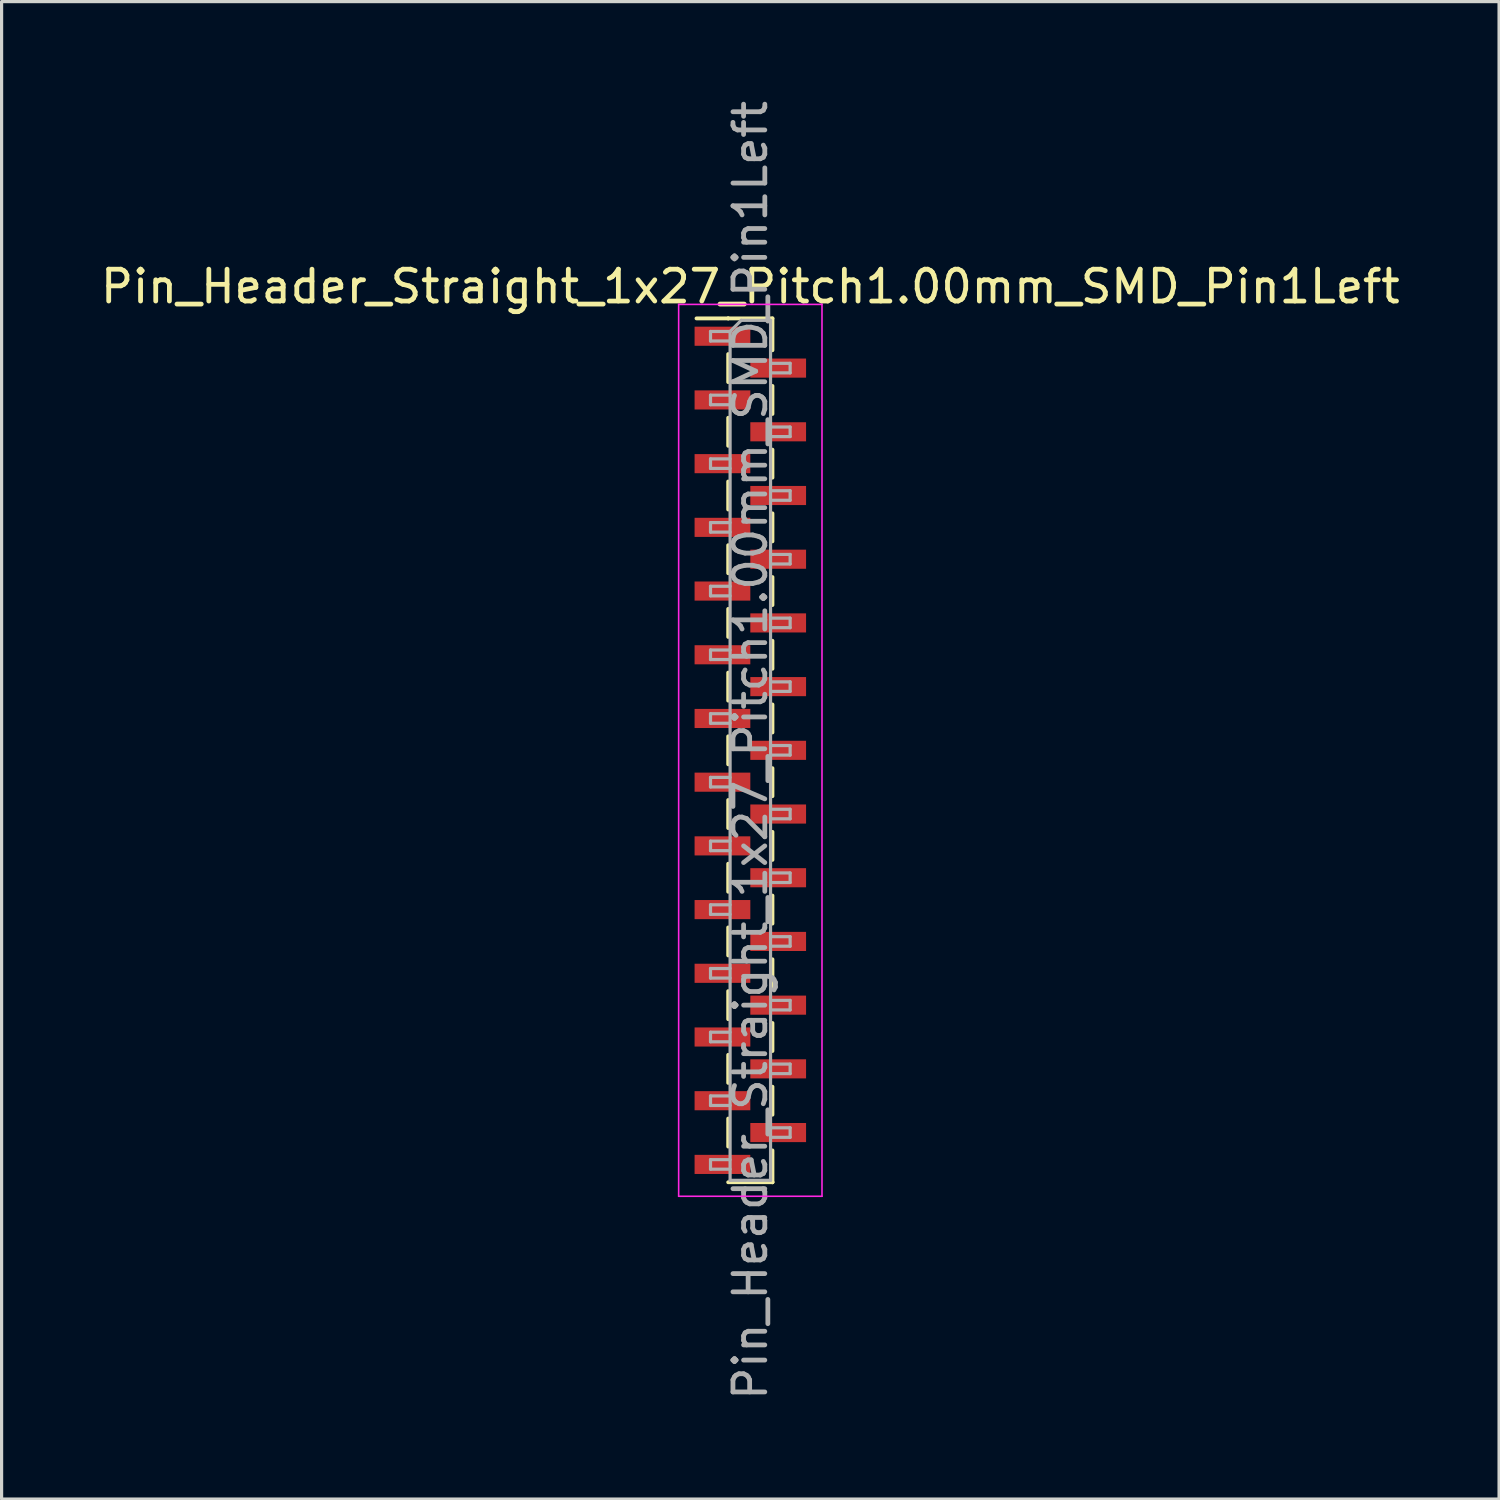
<source format=kicad_pcb>
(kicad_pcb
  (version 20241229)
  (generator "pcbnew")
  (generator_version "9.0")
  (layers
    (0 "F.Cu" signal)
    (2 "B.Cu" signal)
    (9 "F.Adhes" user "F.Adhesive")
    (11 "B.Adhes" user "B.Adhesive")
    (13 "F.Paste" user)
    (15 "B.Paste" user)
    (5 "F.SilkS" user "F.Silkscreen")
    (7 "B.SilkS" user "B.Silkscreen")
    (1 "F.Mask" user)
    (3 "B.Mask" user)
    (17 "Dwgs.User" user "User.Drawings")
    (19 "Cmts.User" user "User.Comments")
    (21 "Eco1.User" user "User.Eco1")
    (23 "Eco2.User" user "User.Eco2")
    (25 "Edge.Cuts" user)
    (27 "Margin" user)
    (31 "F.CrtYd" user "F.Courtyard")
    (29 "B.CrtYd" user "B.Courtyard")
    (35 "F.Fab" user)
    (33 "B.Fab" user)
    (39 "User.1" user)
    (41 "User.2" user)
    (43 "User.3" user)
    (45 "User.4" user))
  (footprint "Pin_Header_Straight_1x27_Pitch1.00mm_SMD_Pin1Left"
    (layer "F.Cu")
    (at 20.506 20.506)
    (property "Reference" "Pin_Header_Straight_1x27_Pitch1.00mm_SMD_Pin1Left" (at 0 -14.56 0) (layer "F.SilkS") (effects (font (size 1 1) (thickness 0.15))))
    (attr smd)
    (fp_line (start -0.695 -13.56) (end -1.69 -13.56) (stroke (width 0.12) (type solid)) (layer "F.SilkS"))
    (fp_line (start -0.695 -13.56) (end -0.695 -13.56) (stroke (width 0.12) (type solid)) (layer "F.SilkS"))
    (fp_line (start -0.695 -13.56) (end 0.695 -13.56) (stroke (width 0.12) (type solid)) (layer "F.SilkS"))
    (fp_line (start -0.695 -12.44) (end -0.695 -11.56) (stroke (width 0.12) (type solid)) (layer "F.SilkS"))
    (fp_line (start -0.695 -10.44) (end -0.695 -9.56) (stroke (width 0.12) (type solid)) (layer "F.SilkS"))
    (fp_line (start -0.695 -8.44) (end -0.695 -7.56) (stroke (width 0.12) (type solid)) (layer "F.SilkS"))
    (fp_line (start -0.695 -6.44) (end -0.695 -5.56) (stroke (width 0.12) (type solid)) (layer "F.SilkS"))
    (fp_line (start -0.695 -4.44) (end -0.695 -3.56) (stroke (width 0.12) (type solid)) (layer "F.SilkS"))
    (fp_line (start -0.695 -2.44) (end -0.695 -1.56) (stroke (width 0.12) (type solid)) (layer "F.SilkS"))
    (fp_line (start -0.695 -0.44) (end -0.695 0.44) (stroke (width 0.12) (type solid)) (layer "F.SilkS"))
    (fp_line (start -0.695 1.56) (end -0.695 2.44) (stroke (width 0.12) (type solid)) (layer "F.SilkS"))
    (fp_line (start -0.695 3.56) (end -0.695 4.44) (stroke (width 0.12) (type solid)) (layer "F.SilkS"))
    (fp_line (start -0.695 5.56) (end -0.695 6.44) (stroke (width 0.12) (type solid)) (layer "F.SilkS"))
    (fp_line (start -0.695 7.56) (end -0.695 8.44) (stroke (width 0.12) (type solid)) (layer "F.SilkS"))
    (fp_line (start -0.695 9.56) (end -0.695 10.44) (stroke (width 0.12) (type solid)) (layer "F.SilkS"))
    (fp_line (start -0.695 11.56) (end -0.695 12.44) (stroke (width 0.12) (type solid)) (layer "F.SilkS"))
    (fp_line (start -0.695 13.56) (end 0.695 13.56) (stroke (width 0.12) (type solid)) (layer "F.SilkS"))
    (fp_line (start 0.695 -13.56) (end 0.695 -12.56) (stroke (width 0.12) (type solid)) (layer "F.SilkS"))
    (fp_line (start 0.695 -11.44) (end 0.695 -10.56) (stroke (width 0.12) (type solid)) (layer "F.SilkS"))
    (fp_line (start 0.695 -9.44) (end 0.695 -8.56) (stroke (width 0.12) (type solid)) (layer "F.SilkS"))
    (fp_line (start 0.695 -7.44) (end 0.695 -6.56) (stroke (width 0.12) (type solid)) (layer "F.SilkS"))
    (fp_line (start 0.695 -5.44) (end 0.695 -4.56) (stroke (width 0.12) (type solid)) (layer "F.SilkS"))
    (fp_line (start 0.695 -3.44) (end 0.695 -2.56) (stroke (width 0.12) (type solid)) (layer "F.SilkS"))
    (fp_line (start 0.695 -1.44) (end 0.695 -0.56) (stroke (width 0.12) (type solid)) (layer "F.SilkS"))
    (fp_line (start 0.695 0.56) (end 0.695 1.44) (stroke (width 0.12) (type solid)) (layer "F.SilkS"))
    (fp_line (start 0.695 2.56) (end 0.695 3.44) (stroke (width 0.12) (type solid)) (layer "F.SilkS"))
    (fp_line (start 0.695 4.56) (end 0.695 5.44) (stroke (width 0.12) (type solid)) (layer "F.SilkS"))
    (fp_line (start 0.695 6.56) (end 0.695 7.44) (stroke (width 0.12) (type solid)) (layer "F.SilkS"))
    (fp_line (start 0.695 8.56) (end 0.695 9.44) (stroke (width 0.12) (type solid)) (layer "F.SilkS"))
    (fp_line (start 0.695 10.56) (end 0.695 11.44) (stroke (width 0.12) (type solid)) (layer "F.SilkS"))
    (fp_line (start 0.695 12.56) (end 0.695 13.56) (stroke (width 0.12) (type solid)) (layer "F.SilkS"))
    (fp_line (start 0.695 13.56) (end 0.695 13.56) (stroke (width 0.12) (type solid)) (layer "F.SilkS"))
    (fp_line (start -2.25 -14) (end -2.25 14) (stroke (width 0.05) (type solid)) (layer "F.CrtYd"))
    (fp_line (start -2.25 14) (end 2.25 14) (stroke (width 0.05) (type solid)) (layer "F.CrtYd"))
    (fp_line (start 2.25 -14) (end -2.25 -14) (stroke (width 0.05) (type solid)) (layer "F.CrtYd"))
    (fp_line (start 2.25 14) (end 2.25 -14) (stroke (width 0.05) (type solid)) (layer "F.CrtYd"))
    (fp_line (start -1.25 -13.15) (end -1.25 -12.85) (stroke (width 0.1) (type solid)) (layer "F.Fab"))
    (fp_line (start -1.25 -12.85) (end -0.635 -12.85) (stroke (width 0.1) (type solid)) (layer "F.Fab"))
    (fp_line (start -1.25 -11.15) (end -1.25 -10.85) (stroke (width 0.1) (type solid)) (layer "F.Fab"))
    (fp_line (start -1.25 -10.85) (end -0.635 -10.85) (stroke (width 0.1) (type solid)) (layer "F.Fab"))
    (fp_line (start -1.25 -9.15) (end -1.25 -8.85) (stroke (width 0.1) (type solid)) (layer "F.Fab"))
    (fp_line (start -1.25 -8.85) (end -0.635 -8.85) (stroke (width 0.1) (type solid)) (layer "F.Fab"))
    (fp_line (start -1.25 -7.15) (end -1.25 -6.85) (stroke (width 0.1) (type solid)) (layer "F.Fab"))
    (fp_line (start -1.25 -6.85) (end -0.635 -6.85) (stroke (width 0.1) (type solid)) (layer "F.Fab"))
    (fp_line (start -1.25 -5.15) (end -1.25 -4.85) (stroke (width 0.1) (type solid)) (layer "F.Fab"))
    (fp_line (start -1.25 -4.85) (end -0.635 -4.85) (stroke (width 0.1) (type solid)) (layer "F.Fab"))
    (fp_line (start -1.25 -3.15) (end -1.25 -2.85) (stroke (width 0.1) (type solid)) (layer "F.Fab"))
    (fp_line (start -1.25 -2.85) (end -0.635 -2.85) (stroke (width 0.1) (type solid)) (layer "F.Fab"))
    (fp_line (start -1.25 -1.15) (end -1.25 -0.85) (stroke (width 0.1) (type solid)) (layer "F.Fab"))
    (fp_line (start -1.25 -0.85) (end -0.635 -0.85) (stroke (width 0.1) (type solid)) (layer "F.Fab"))
    (fp_line (start -1.25 0.85) (end -1.25 1.15) (stroke (width 0.1) (type solid)) (layer "F.Fab"))
    (fp_line (start -1.25 1.15) (end -0.635 1.15) (stroke (width 0.1) (type solid)) (layer "F.Fab"))
    (fp_line (start -1.25 2.85) (end -1.25 3.15) (stroke (width 0.1) (type solid)) (layer "F.Fab"))
    (fp_line (start -1.25 3.15) (end -0.635 3.15) (stroke (width 0.1) (type solid)) (layer "F.Fab"))
    (fp_line (start -1.25 4.85) (end -1.25 5.15) (stroke (width 0.1) (type solid)) (layer "F.Fab"))
    (fp_line (start -1.25 5.15) (end -0.635 5.15) (stroke (width 0.1) (type solid)) (layer "F.Fab"))
    (fp_line (start -1.25 6.85) (end -1.25 7.15) (stroke (width 0.1) (type solid)) (layer "F.Fab"))
    (fp_line (start -1.25 7.15) (end -0.635 7.15) (stroke (width 0.1) (type solid)) (layer "F.Fab"))
    (fp_line (start -1.25 8.85) (end -1.25 9.15) (stroke (width 0.1) (type solid)) (layer "F.Fab"))
    (fp_line (start -1.25 9.15) (end -0.635 9.15) (stroke (width 0.1) (type solid)) (layer "F.Fab"))
    (fp_line (start -1.25 10.85) (end -1.25 11.15) (stroke (width 0.1) (type solid)) (layer "F.Fab"))
    (fp_line (start -1.25 11.15) (end -0.635 11.15) (stroke (width 0.1) (type solid)) (layer "F.Fab"))
    (fp_line (start -1.25 12.85) (end -1.25 13.15) (stroke (width 0.1) (type solid)) (layer "F.Fab"))
    (fp_line (start -1.25 13.15) (end -0.635 13.15) (stroke (width 0.1) (type solid)) (layer "F.Fab"))
    (fp_line (start -0.635 -13.15) (end -1.25 -13.15) (stroke (width 0.1) (type solid)) (layer "F.Fab"))
    (fp_line (start -0.635 -13.15) (end -0.285 -13.5) (stroke (width 0.1) (type solid)) (layer "F.Fab"))
    (fp_line (start -0.635 -11.15) (end -1.25 -11.15) (stroke (width 0.1) (type solid)) (layer "F.Fab"))
    (fp_line (start -0.635 -9.15) (end -1.25 -9.15) (stroke (width 0.1) (type solid)) (layer "F.Fab"))
    (fp_line (start -0.635 -7.15) (end -1.25 -7.15) (stroke (width 0.1) (type solid)) (layer "F.Fab"))
    (fp_line (start -0.635 -5.15) (end -1.25 -5.15) (stroke (width 0.1) (type solid)) (layer "F.Fab"))
    (fp_line (start -0.635 -3.15) (end -1.25 -3.15) (stroke (width 0.1) (type solid)) (layer "F.Fab"))
    (fp_line (start -0.635 -1.15) (end -1.25 -1.15) (stroke (width 0.1) (type solid)) (layer "F.Fab"))
    (fp_line (start -0.635 0.85) (end -1.25 0.85) (stroke (width 0.1) (type solid)) (layer "F.Fab"))
    (fp_line (start -0.635 2.85) (end -1.25 2.85) (stroke (width 0.1) (type solid)) (layer "F.Fab"))
    (fp_line (start -0.635 4.85) (end -1.25 4.85) (stroke (width 0.1) (type solid)) (layer "F.Fab"))
    (fp_line (start -0.635 6.85) (end -1.25 6.85) (stroke (width 0.1) (type solid)) (layer "F.Fab"))
    (fp_line (start -0.635 8.85) (end -1.25 8.85) (stroke (width 0.1) (type solid)) (layer "F.Fab"))
    (fp_line (start -0.635 10.85) (end -1.25 10.85) (stroke (width 0.1) (type solid)) (layer "F.Fab"))
    (fp_line (start -0.635 12.85) (end -1.25 12.85) (stroke (width 0.1) (type solid)) (layer "F.Fab"))
    (fp_line (start -0.635 13.5) (end -0.635 -13.15) (stroke (width 0.1) (type solid)) (layer "F.Fab"))
    (fp_line (start -0.285 -13.5) (end 0.635 -13.5) (stroke (width 0.1) (type solid)) (layer "F.Fab"))
    (fp_line (start 0.635 -13.5) (end 0.635 13.5) (stroke (width 0.1) (type solid)) (layer "F.Fab"))
    (fp_line (start 0.635 -12.15) (end 1.25 -12.15) (stroke (width 0.1) (type solid)) (layer "F.Fab"))
    (fp_line (start 0.635 -10.15) (end 1.25 -10.15) (stroke (width 0.1) (type solid)) (layer "F.Fab"))
    (fp_line (start 0.635 -8.15) (end 1.25 -8.15) (stroke (width 0.1) (type solid)) (layer "F.Fab"))
    (fp_line (start 0.635 -6.15) (end 1.25 -6.15) (stroke (width 0.1) (type solid)) (layer "F.Fab"))
    (fp_line (start 0.635 -4.15) (end 1.25 -4.15) (stroke (width 0.1) (type solid)) (layer "F.Fab"))
    (fp_line (start 0.635 -2.15) (end 1.25 -2.15) (stroke (width 0.1) (type solid)) (layer "F.Fab"))
    (fp_line (start 0.635 -0.15) (end 1.25 -0.15) (stroke (width 0.1) (type solid)) (layer "F.Fab"))
    (fp_line (start 0.635 1.85) (end 1.25 1.85) (stroke (width 0.1) (type solid)) (layer "F.Fab"))
    (fp_line (start 0.635 3.85) (end 1.25 3.85) (stroke (width 0.1) (type solid)) (layer "F.Fab"))
    (fp_line (start 0.635 5.85) (end 1.25 5.85) (stroke (width 0.1) (type solid)) (layer "F.Fab"))
    (fp_line (start 0.635 7.85) (end 1.25 7.85) (stroke (width 0.1) (type solid)) (layer "F.Fab"))
    (fp_line (start 0.635 9.85) (end 1.25 9.85) (stroke (width 0.1) (type solid)) (layer "F.Fab"))
    (fp_line (start 0.635 11.85) (end 1.25 11.85) (stroke (width 0.1) (type solid)) (layer "F.Fab"))
    (fp_line (start 0.635 13.5) (end -0.635 13.5) (stroke (width 0.1) (type solid)) (layer "F.Fab"))
    (fp_line (start 1.25 -12.15) (end 1.25 -11.85) (stroke (width 0.1) (type solid)) (layer "F.Fab"))
    (fp_line (start 1.25 -11.85) (end 0.635 -11.85) (stroke (width 0.1) (type solid)) (layer "F.Fab"))
    (fp_line (start 1.25 -10.15) (end 1.25 -9.85) (stroke (width 0.1) (type solid)) (layer "F.Fab"))
    (fp_line (start 1.25 -9.85) (end 0.635 -9.85) (stroke (width 0.1) (type solid)) (layer "F.Fab"))
    (fp_line (start 1.25 -8.15) (end 1.25 -7.85) (stroke (width 0.1) (type solid)) (layer "F.Fab"))
    (fp_line (start 1.25 -7.85) (end 0.635 -7.85) (stroke (width 0.1) (type solid)) (layer "F.Fab"))
    (fp_line (start 1.25 -6.15) (end 1.25 -5.85) (stroke (width 0.1) (type solid)) (layer "F.Fab"))
    (fp_line (start 1.25 -5.85) (end 0.635 -5.85) (stroke (width 0.1) (type solid)) (layer "F.Fab"))
    (fp_line (start 1.25 -4.15) (end 1.25 -3.85) (stroke (width 0.1) (type solid)) (layer "F.Fab"))
    (fp_line (start 1.25 -3.85) (end 0.635 -3.85) (stroke (width 0.1) (type solid)) (layer "F.Fab"))
    (fp_line (start 1.25 -2.15) (end 1.25 -1.85) (stroke (width 0.1) (type solid)) (layer "F.Fab"))
    (fp_line (start 1.25 -1.85) (end 0.635 -1.85) (stroke (width 0.1) (type solid)) (layer "F.Fab"))
    (fp_line (start 1.25 -0.15) (end 1.25 0.15) (stroke (width 0.1) (type solid)) (layer "F.Fab"))
    (fp_line (start 1.25 0.15) (end 0.635 0.15) (stroke (width 0.1) (type solid)) (layer "F.Fab"))
    (fp_line (start 1.25 1.85) (end 1.25 2.15) (stroke (width 0.1) (type solid)) (layer "F.Fab"))
    (fp_line (start 1.25 2.15) (end 0.635 2.15) (stroke (width 0.1) (type solid)) (layer "F.Fab"))
    (fp_line (start 1.25 3.85) (end 1.25 4.15) (stroke (width 0.1) (type solid)) (layer "F.Fab"))
    (fp_line (start 1.25 4.15) (end 0.635 4.15) (stroke (width 0.1) (type solid)) (layer "F.Fab"))
    (fp_line (start 1.25 5.85) (end 1.25 6.15) (stroke (width 0.1) (type solid)) (layer "F.Fab"))
    (fp_line (start 1.25 6.15) (end 0.635 6.15) (stroke (width 0.1) (type solid)) (layer "F.Fab"))
    (fp_line (start 1.25 7.85) (end 1.25 8.15) (stroke (width 0.1) (type solid)) (layer "F.Fab"))
    (fp_line (start 1.25 8.15) (end 0.635 8.15) (stroke (width 0.1) (type solid)) (layer "F.Fab"))
    (fp_line (start 1.25 9.85) (end 1.25 10.15) (stroke (width 0.1) (type solid)) (layer "F.Fab"))
    (fp_line (start 1.25 10.15) (end 0.635 10.15) (stroke (width 0.1) (type solid)) (layer "F.Fab"))
    (fp_line (start 1.25 11.85) (end 1.25 12.15) (stroke (width 0.1) (type solid)) (layer "F.Fab"))
    (fp_line (start 1.25 12.15) (end 0.635 12.15) (stroke (width 0.1) (type solid)) (layer "F.Fab"))
    (fp_text user "${REFERENCE}" (at 0 0 90) (layer "F.Fab") (effects (font (size 1 1) (thickness 0.15))))
    (pad "1" smd rect (at -0.875 -13) (size 1.75 0.6) (layers "F.Cu" "F.Mask" "F.Paste"))
    (pad "2" smd rect (at 0.875 -12) (size 1.75 0.6) (layers "F.Cu" "F.Mask" "F.Paste"))
    (pad "3" smd rect (at -0.875 -11) (size 1.75 0.6) (layers "F.Cu" "F.Mask" "F.Paste"))
    (pad "4" smd rect (at 0.875 -10) (size 1.75 0.6) (layers "F.Cu" "F.Mask" "F.Paste"))
    (pad "5" smd rect (at -0.875 -9) (size 1.75 0.6) (layers "F.Cu" "F.Mask" "F.Paste"))
    (pad "6" smd rect (at 0.875 -8) (size 1.75 0.6) (layers "F.Cu" "F.Mask" "F.Paste"))
    (pad "7" smd rect (at -0.875 -7) (size 1.75 0.6) (layers "F.Cu" "F.Mask" "F.Paste"))
    (pad "8" smd rect (at 0.875 -6) (size 1.75 0.6) (layers "F.Cu" "F.Mask" "F.Paste"))
    (pad "9" smd rect (at -0.875 -5) (size 1.75 0.6) (layers "F.Cu" "F.Mask" "F.Paste"))
    (pad "10" smd rect (at 0.875 -4) (size 1.75 0.6) (layers "F.Cu" "F.Mask" "F.Paste"))
    (pad "11" smd rect (at -0.875 -3) (size 1.75 0.6) (layers "F.Cu" "F.Mask" "F.Paste"))
    (pad "12" smd rect (at 0.875 -2) (size 1.75 0.6) (layers "F.Cu" "F.Mask" "F.Paste"))
    (pad "13" smd rect (at -0.875 -1) (size 1.75 0.6) (layers "F.Cu" "F.Mask" "F.Paste"))
    (pad "14" smd rect (at 0.875 0) (size 1.75 0.6) (layers "F.Cu" "F.Mask" "F.Paste"))
    (pad "15" smd rect (at -0.875 1) (size 1.75 0.6) (layers "F.Cu" "F.Mask" "F.Paste"))
    (pad "16" smd rect (at 0.875 2) (size 1.75 0.6) (layers "F.Cu" "F.Mask" "F.Paste"))
    (pad "17" smd rect (at -0.875 3) (size 1.75 0.6) (layers "F.Cu" "F.Mask" "F.Paste"))
    (pad "18" smd rect (at 0.875 4) (size 1.75 0.6) (layers "F.Cu" "F.Mask" "F.Paste"))
    (pad "19" smd rect (at -0.875 5) (size 1.75 0.6) (layers "F.Cu" "F.Mask" "F.Paste"))
    (pad "20" smd rect (at 0.875 6) (size 1.75 0.6) (layers "F.Cu" "F.Mask" "F.Paste"))
    (pad "21" smd rect (at -0.875 7) (size 1.75 0.6) (layers "F.Cu" "F.Mask" "F.Paste"))
    (pad "22" smd rect (at 0.875 8) (size 1.75 0.6) (layers "F.Cu" "F.Mask" "F.Paste"))
    (pad "23" smd rect (at -0.875 9) (size 1.75 0.6) (layers "F.Cu" "F.Mask" "F.Paste"))
    (pad "24" smd rect (at 0.875 10) (size 1.75 0.6) (layers "F.Cu" "F.Mask" "F.Paste"))
    (pad "25" smd rect (at -0.875 11) (size 1.75 0.6) (layers "F.Cu" "F.Mask" "F.Paste"))
    (pad "26" smd rect (at 0.875 12) (size 1.75 0.6) (layers "F.Cu" "F.Mask" "F.Paste"))
    (pad "27" smd rect (at -0.875 13) (size 1.75 0.6) (layers "F.Cu" "F.Mask" "F.Paste")))
  (gr_rect
    (start -3 -3)
    (end 44.012 44.012)
    (stroke (width 0.1) (type default))
    (fill no)
    (layer "Edge.Cuts")))
</source>
